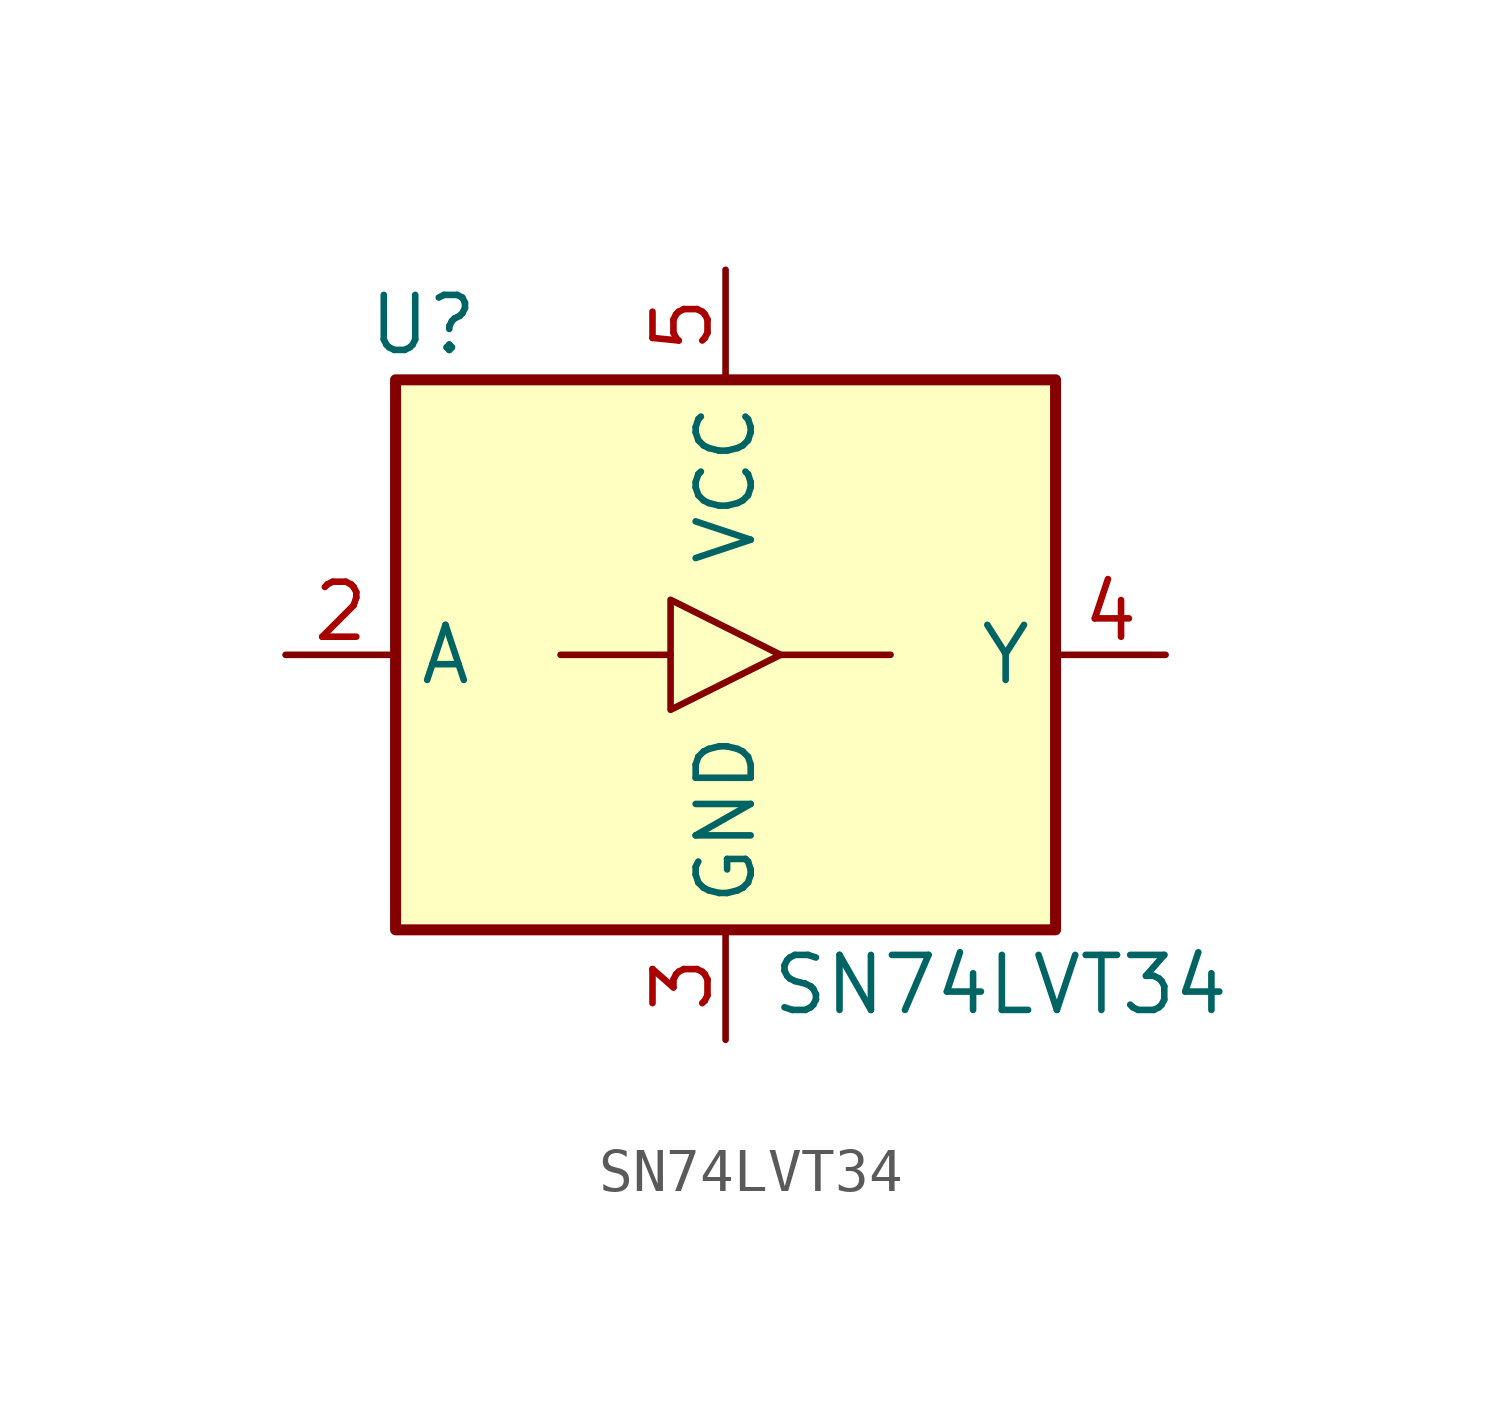
<source format=kicad_sym>
(kicad_symbol_lib
  (version 20211014)
  (generator kicad_symbol_editor)
  (symbol "SN74LVT34"
    (property "Reference" "U"
      (at -6.985 7.62 0)
      (effects (font (size 1.27 1.27))))
    (property "Value" "SN74LVT34"
      (at 6.35 -7.62 0)
      (effects (font (size 1.27 1.27))))
    (symbol "SN74LVT34_0_1"
      (rectangle (start -7.62 -6.35) (end 7.62 6.35) (stroke (width 0.254) (type default) (color 0 0 0 0)) (fill (type background)))
      (pin input line (at -10.16 0 0) (length 2.54) (name "A" (effects (font (size 1.27 1.27)))) (number "2" (effects (font (size 1.27 1.27)))))
      (pin power_in line (at 0 -8.89 90) (length 2.54) (name "GND" (effects (font (size 1.27 1.27)))) (number "3" (effects (font (size 1.27 1.27)))))
      (pin output line (at 10.16 0 180) (length 2.54) (name "Y" (effects (font (size 1.27 1.27)))) (number "4" (effects (font (size 1.27 1.27)))))
      (pin power_in line (at 0 8.89 270) (length 2.54) (name "VCC" (effects (font (size 1.27 1.27)))) (number "5" (effects (font (size 1.27 1.27))))))
    (symbol "SN74LVT34_1_1"
      (polyline (pts (xy -3.81 0) (xy -1.27 0)) (stroke (width 0) (type default) (color 0 0 0 0)) (fill (type none)))
      (polyline (pts (xy 3.81 0) (xy 1.27 0)) (stroke (width 0) (type default) (color 0 0 0 0)) (fill (type none)))
      (polyline (pts (xy -1.27 -1.27) (xy -1.27 1.27) (xy 1.27 0) (xy -1.27 -1.27)) (stroke (width 0) (type default) (color 0 0 0 0)) (fill (type none))))))
</source>
